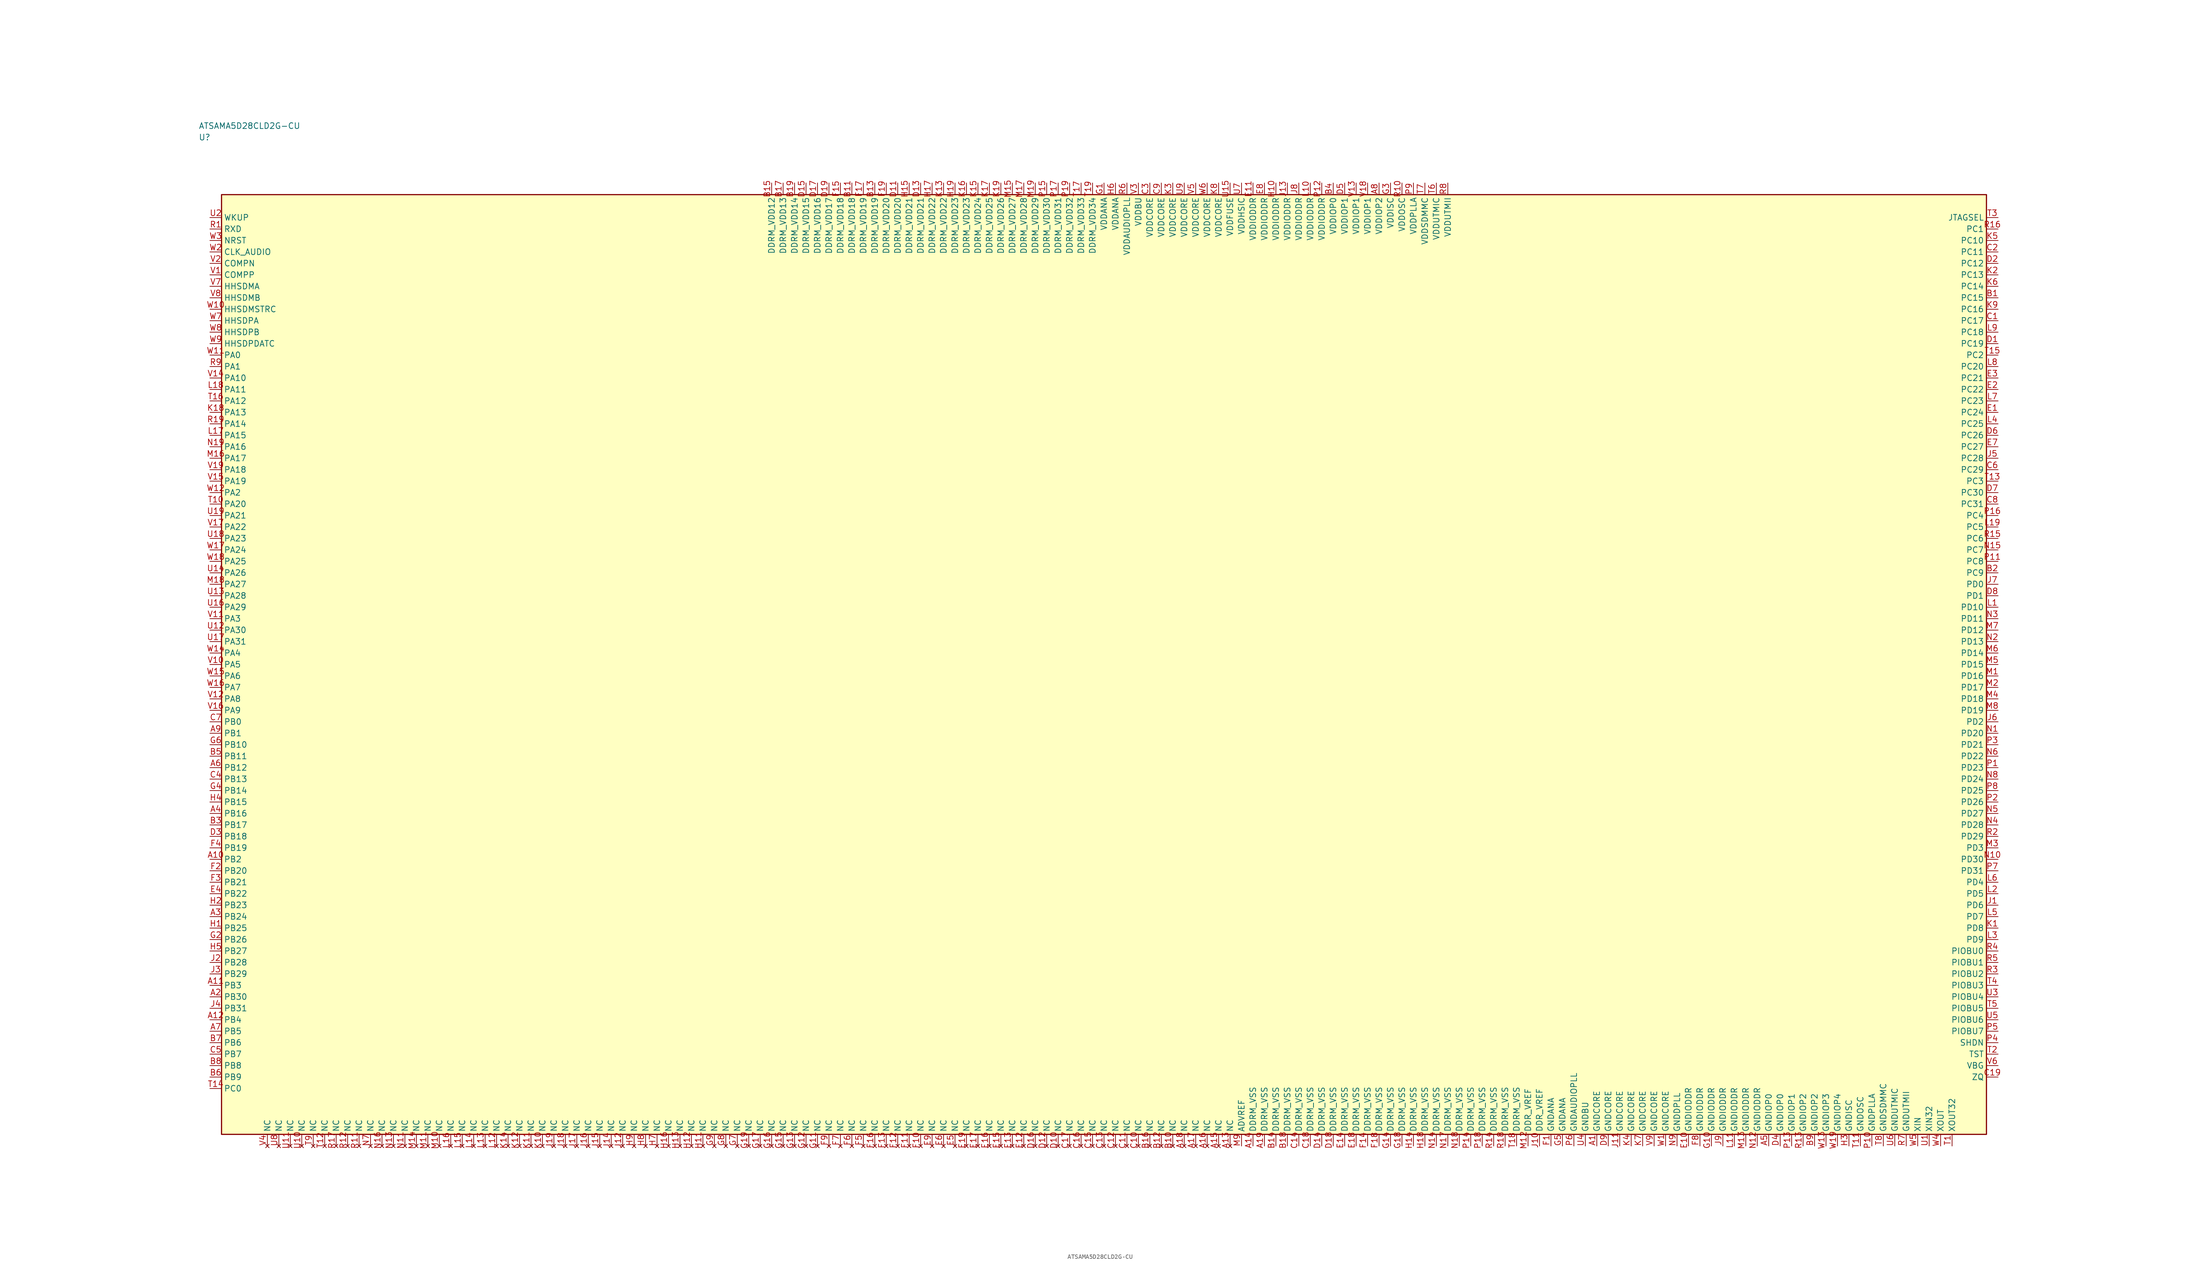
<source format=kicad_sym>
(kicad_symbol_lib
  (version 20241025)
  (generator "kicad_symbol_editor")
  (generator_version "8.0")
  (symbol "ATSAMA5D28CLD2G-CU"
    (property "Reference" "U"
      (at -197.5 115.0 0)
      (effects (font (size 1.27 1.27)) (justify left)))
    (property "Value" "ATSAMA5D28CLD2G-CU"
      (at -197.5 117.5 0)
      (effects (font (size 1.27 1.27)) (justify left)))
    (symbol "ATSAMA5D28CLD2G-CU_0_1"
      (rectangle (start -192.5 102.5) (end 192.5 -102.5) (stroke (width 0.254) (type default)) (fill (type background))))
    (symbol "ATSAMA5D28CLD2G-CU_1_1"
      (pin bidirectional line (at -195.04 67.5 0.0) (length 2.54) (name "PA0" (effects (font (size 1.27 1.27)))) (number "W11" (effects (font (size 1.27 1.27)))))
      (pin bidirectional line (at -195.04 65.0 0.0) (length 2.54) (name "PA1" (effects (font (size 1.27 1.27)))) (number "R9" (effects (font (size 1.27 1.27)))))
      (pin bidirectional line (at -195.04 37.5 0.0) (length 2.54) (name "PA2" (effects (font (size 1.27 1.27)))) (number "W12" (effects (font (size 1.27 1.27)))))
      (pin bidirectional line (at -195.04 10.0 0.0) (length 2.54) (name "PA3" (effects (font (size 1.27 1.27)))) (number "V11" (effects (font (size 1.27 1.27)))))
      (pin bidirectional line (at -195.04 2.5 0.0) (length 2.54) (name "PA4" (effects (font (size 1.27 1.27)))) (number "W14" (effects (font (size 1.27 1.27)))))
      (pin bidirectional line (at -195.04 0.0 0.0) (length 2.54) (name "PA5" (effects (font (size 1.27 1.27)))) (number "V10" (effects (font (size 1.27 1.27)))))
      (pin bidirectional line (at -195.04 -2.5 0.0) (length 2.54) (name "PA6" (effects (font (size 1.27 1.27)))) (number "W15" (effects (font (size 1.27 1.27)))))
      (pin bidirectional line (at -195.04 -5.0 0.0) (length 2.54) (name "PA7" (effects (font (size 1.27 1.27)))) (number "W16" (effects (font (size 1.27 1.27)))))
      (pin bidirectional line (at -195.04 -7.5 0.0) (length 2.54) (name "PA8" (effects (font (size 1.27 1.27)))) (number "V12" (effects (font (size 1.27 1.27)))))
      (pin bidirectional line (at -195.04 -10.0 0.0) (length 2.54) (name "PA9" (effects (font (size 1.27 1.27)))) (number "V16" (effects (font (size 1.27 1.27)))))
      (pin bidirectional line (at -195.04 62.5 0.0) (length 2.54) (name "PA10" (effects (font (size 1.27 1.27)))) (number "V14" (effects (font (size 1.27 1.27)))))
      (pin bidirectional line (at -195.04 60.0 0.0) (length 2.54) (name "PA11" (effects (font (size 1.27 1.27)))) (number "L18" (effects (font (size 1.27 1.27)))))
      (pin bidirectional line (at -195.04 57.5 0.0) (length 2.54) (name "PA12" (effects (font (size 1.27 1.27)))) (number "T16" (effects (font (size 1.27 1.27)))))
      (pin bidirectional line (at -195.04 55.0 0.0) (length 2.54) (name "PA13" (effects (font (size 1.27 1.27)))) (number "K18" (effects (font (size 1.27 1.27)))))
      (pin bidirectional line (at -195.04 52.5 0.0) (length 2.54) (name "PA14" (effects (font (size 1.27 1.27)))) (number "R19" (effects (font (size 1.27 1.27)))))
      (pin bidirectional line (at -195.04 50.0 0.0) (length 2.54) (name "PA15" (effects (font (size 1.27 1.27)))) (number "L17" (effects (font (size 1.27 1.27)))))
      (pin bidirectional line (at -195.04 47.5 0.0) (length 2.54) (name "PA16" (effects (font (size 1.27 1.27)))) (number "N19" (effects (font (size 1.27 1.27)))))
      (pin bidirectional line (at -195.04 45.0 0.0) (length 2.54) (name "PA17" (effects (font (size 1.27 1.27)))) (number "M16" (effects (font (size 1.27 1.27)))))
      (pin bidirectional line (at -195.04 42.5 0.0) (length 2.54) (name "PA18" (effects (font (size 1.27 1.27)))) (number "V19" (effects (font (size 1.27 1.27)))))
      (pin bidirectional line (at -195.04 40.0 0.0) (length 2.54) (name "PA19" (effects (font (size 1.27 1.27)))) (number "V15" (effects (font (size 1.27 1.27)))))
      (pin bidirectional line (at -195.04 35.0 0.0) (length 2.54) (name "PA20" (effects (font (size 1.27 1.27)))) (number "T10" (effects (font (size 1.27 1.27)))))
      (pin bidirectional line (at -195.04 32.5 0.0) (length 2.54) (name "PA21" (effects (font (size 1.27 1.27)))) (number "U19" (effects (font (size 1.27 1.27)))))
      (pin bidirectional line (at -195.04 30.0 0.0) (length 2.54) (name "PA22" (effects (font (size 1.27 1.27)))) (number "V17" (effects (font (size 1.27 1.27)))))
      (pin bidirectional line (at -195.04 27.5 0.0) (length 2.54) (name "PA23" (effects (font (size 1.27 1.27)))) (number "U18" (effects (font (size 1.27 1.27)))))
      (pin bidirectional line (at -195.04 25.0 0.0) (length 2.54) (name "PA24" (effects (font (size 1.27 1.27)))) (number "W17" (effects (font (size 1.27 1.27)))))
      (pin bidirectional line (at -195.04 22.5 0.0) (length 2.54) (name "PA25" (effects (font (size 1.27 1.27)))) (number "W18" (effects (font (size 1.27 1.27)))))
      (pin bidirectional line (at -195.04 20.0 0.0) (length 2.54) (name "PA26" (effects (font (size 1.27 1.27)))) (number "U14" (effects (font (size 1.27 1.27)))))
      (pin bidirectional line (at -195.04 17.5 0.0) (length 2.54) (name "PA27" (effects (font (size 1.27 1.27)))) (number "M18" (effects (font (size 1.27 1.27)))))
      (pin bidirectional line (at -195.04 15.0 0.0) (length 2.54) (name "PA28" (effects (font (size 1.27 1.27)))) (number "U13" (effects (font (size 1.27 1.27)))))
      (pin bidirectional line (at -195.04 12.5 0.0) (length 2.54) (name "PA29" (effects (font (size 1.27 1.27)))) (number "U16" (effects (font (size 1.27 1.27)))))
      (pin bidirectional line (at -195.04 7.5 0.0) (length 2.54) (name "PA30" (effects (font (size 1.27 1.27)))) (number "U12" (effects (font (size 1.27 1.27)))))
      (pin bidirectional line (at -195.04 5.0 0.0) (length 2.54) (name "PA31" (effects (font (size 1.27 1.27)))) (number "U17" (effects (font (size 1.27 1.27)))))
      (pin bidirectional line (at -195.04 -12.5 0.0) (length 2.54) (name "PB0" (effects (font (size 1.27 1.27)))) (number "C7" (effects (font (size 1.27 1.27)))))
      (pin bidirectional line (at -195.04 -15.0 0.0) (length 2.54) (name "PB1" (effects (font (size 1.27 1.27)))) (number "A9" (effects (font (size 1.27 1.27)))))
      (pin bidirectional line (at -195.04 -42.5 0.0) (length 2.54) (name "PB2" (effects (font (size 1.27 1.27)))) (number "A10" (effects (font (size 1.27 1.27)))))
      (pin bidirectional line (at -195.04 -70.0 0.0) (length 2.54) (name "PB3" (effects (font (size 1.27 1.27)))) (number "A11" (effects (font (size 1.27 1.27)))))
      (pin bidirectional line (at -195.04 -77.5 0.0) (length 2.54) (name "PB4" (effects (font (size 1.27 1.27)))) (number "A12" (effects (font (size 1.27 1.27)))))
      (pin bidirectional line (at -195.04 -80.0 0.0) (length 2.54) (name "PB5" (effects (font (size 1.27 1.27)))) (number "A7" (effects (font (size 1.27 1.27)))))
      (pin bidirectional line (at -195.04 -82.5 0.0) (length 2.54) (name "PB6" (effects (font (size 1.27 1.27)))) (number "B7" (effects (font (size 1.27 1.27)))))
      (pin bidirectional line (at -195.04 -85.0 0.0) (length 2.54) (name "PB7" (effects (font (size 1.27 1.27)))) (number "C5" (effects (font (size 1.27 1.27)))))
      (pin bidirectional line (at -195.04 -87.5 0.0) (length 2.54) (name "PB8" (effects (font (size 1.27 1.27)))) (number "B8" (effects (font (size 1.27 1.27)))))
      (pin bidirectional line (at -195.04 -90.0 0.0) (length 2.54) (name "PB9" (effects (font (size 1.27 1.27)))) (number "B6" (effects (font (size 1.27 1.27)))))
      (pin bidirectional line (at -195.04 -17.5 0.0) (length 2.54) (name "PB10" (effects (font (size 1.27 1.27)))) (number "G6" (effects (font (size 1.27 1.27)))))
      (pin bidirectional line (at -195.04 -20.0 0.0) (length 2.54) (name "PB11" (effects (font (size 1.27 1.27)))) (number "B5" (effects (font (size 1.27 1.27)))))
      (pin bidirectional line (at -195.04 -22.5 0.0) (length 2.54) (name "PB12" (effects (font (size 1.27 1.27)))) (number "A6" (effects (font (size 1.27 1.27)))))
      (pin bidirectional line (at -195.04 -25.0 0.0) (length 2.54) (name "PB13" (effects (font (size 1.27 1.27)))) (number "C4" (effects (font (size 1.27 1.27)))))
      (pin bidirectional line (at -195.04 -27.5 0.0) (length 2.54) (name "PB14" (effects (font (size 1.27 1.27)))) (number "G4" (effects (font (size 1.27 1.27)))))
      (pin bidirectional line (at -195.04 -30.0 0.0) (length 2.54) (name "PB15" (effects (font (size 1.27 1.27)))) (number "H4" (effects (font (size 1.27 1.27)))))
      (pin bidirectional line (at -195.04 -32.5 0.0) (length 2.54) (name "PB16" (effects (font (size 1.27 1.27)))) (number "A4" (effects (font (size 1.27 1.27)))))
      (pin bidirectional line (at -195.04 -35.0 0.0) (length 2.54) (name "PB17" (effects (font (size 1.27 1.27)))) (number "B3" (effects (font (size 1.27 1.27)))))
      (pin bidirectional line (at -195.04 -37.5 0.0) (length 2.54) (name "PB18" (effects (font (size 1.27 1.27)))) (number "D3" (effects (font (size 1.27 1.27)))))
      (pin bidirectional line (at -195.04 -40.0 0.0) (length 2.54) (name "PB19" (effects (font (size 1.27 1.27)))) (number "F4" (effects (font (size 1.27 1.27)))))
      (pin bidirectional line (at -195.04 -45.0 0.0) (length 2.54) (name "PB20" (effects (font (size 1.27 1.27)))) (number "F2" (effects (font (size 1.27 1.27)))))
      (pin bidirectional line (at -195.04 -47.5 0.0) (length 2.54) (name "PB21" (effects (font (size 1.27 1.27)))) (number "F3" (effects (font (size 1.27 1.27)))))
      (pin bidirectional line (at -195.04 -50.0 0.0) (length 2.54) (name "PB22" (effects (font (size 1.27 1.27)))) (number "E4" (effects (font (size 1.27 1.27)))))
      (pin bidirectional line (at -195.04 -52.5 0.0) (length 2.54) (name "PB23" (effects (font (size 1.27 1.27)))) (number "H2" (effects (font (size 1.27 1.27)))))
      (pin bidirectional line (at -195.04 -55.0 0.0) (length 2.54) (name "PB24" (effects (font (size 1.27 1.27)))) (number "A3" (effects (font (size 1.27 1.27)))))
      (pin bidirectional line (at -195.04 -57.5 0.0) (length 2.54) (name "PB25" (effects (font (size 1.27 1.27)))) (number "H1" (effects (font (size 1.27 1.27)))))
      (pin bidirectional line (at -195.04 -60.0 0.0) (length 2.54) (name "PB26" (effects (font (size 1.27 1.27)))) (number "G2" (effects (font (size 1.27 1.27)))))
      (pin bidirectional line (at -195.04 -62.5 0.0) (length 2.54) (name "PB27" (effects (font (size 1.27 1.27)))) (number "H5" (effects (font (size 1.27 1.27)))))
      (pin bidirectional line (at -195.04 -65.0 0.0) (length 2.54) (name "PB28" (effects (font (size 1.27 1.27)))) (number "J2" (effects (font (size 1.27 1.27)))))
      (pin bidirectional line (at -195.04 -67.5 0.0) (length 2.54) (name "PB29" (effects (font (size 1.27 1.27)))) (number "J3" (effects (font (size 1.27 1.27)))))
      (pin bidirectional line (at -195.04 -72.5 0.0) (length 2.54) (name "PB30" (effects (font (size 1.27 1.27)))) (number "A2" (effects (font (size 1.27 1.27)))))
      (pin bidirectional line (at -195.04 -75.0 0.0) (length 2.54) (name "PB31" (effects (font (size 1.27 1.27)))) (number "J4" (effects (font (size 1.27 1.27)))))
      (pin bidirectional line (at -195.04 -92.5 0.0) (length 2.54) (name "PC0" (effects (font (size 1.27 1.27)))) (number "T14" (effects (font (size 1.27 1.27)))))
      (pin bidirectional line (at 195.04 95.0 180.0) (length 2.54) (name "PC1" (effects (font (size 1.27 1.27)))) (number "R16" (effects (font (size 1.27 1.27)))))
      (pin bidirectional line (at 195.04 67.5 180.0) (length 2.54) (name "PC2" (effects (font (size 1.27 1.27)))) (number "T15" (effects (font (size 1.27 1.27)))))
      (pin bidirectional line (at 195.04 40.0 180.0) (length 2.54) (name "PC3" (effects (font (size 1.27 1.27)))) (number "T13" (effects (font (size 1.27 1.27)))))
      (pin bidirectional line (at 195.04 32.5 180.0) (length 2.54) (name "PC4" (effects (font (size 1.27 1.27)))) (number "P16" (effects (font (size 1.27 1.27)))))
      (pin bidirectional line (at 195.04 30.0 180.0) (length 2.54) (name "PC5" (effects (font (size 1.27 1.27)))) (number "L19" (effects (font (size 1.27 1.27)))))
      (pin bidirectional line (at 195.04 27.5 180.0) (length 2.54) (name "PC6" (effects (font (size 1.27 1.27)))) (number "R15" (effects (font (size 1.27 1.27)))))
      (pin bidirectional line (at 195.04 25.0 180.0) (length 2.54) (name "PC7" (effects (font (size 1.27 1.27)))) (number "N15" (effects (font (size 1.27 1.27)))))
      (pin bidirectional line (at 195.04 22.5 180.0) (length 2.54) (name "PC8" (effects (font (size 1.27 1.27)))) (number "P11" (effects (font (size 1.27 1.27)))))
      (pin bidirectional line (at 195.04 20.0 180.0) (length 2.54) (name "PC9" (effects (font (size 1.27 1.27)))) (number "B2" (effects (font (size 1.27 1.27)))))
      (pin bidirectional line (at 195.04 92.5 180.0) (length 2.54) (name "PC10" (effects (font (size 1.27 1.27)))) (number "K5" (effects (font (size 1.27 1.27)))))
      (pin bidirectional line (at 195.04 90.0 180.0) (length 2.54) (name "PC11" (effects (font (size 1.27 1.27)))) (number "C2" (effects (font (size 1.27 1.27)))))
      (pin bidirectional line (at 195.04 87.5 180.0) (length 2.54) (name "PC12" (effects (font (size 1.27 1.27)))) (number "D2" (effects (font (size 1.27 1.27)))))
      (pin bidirectional line (at 195.04 85.0 180.0) (length 2.54) (name "PC13" (effects (font (size 1.27 1.27)))) (number "K2" (effects (font (size 1.27 1.27)))))
      (pin bidirectional line (at 195.04 82.5 180.0) (length 2.54) (name "PC14" (effects (font (size 1.27 1.27)))) (number "K6" (effects (font (size 1.27 1.27)))))
      (pin bidirectional line (at 195.04 80.0 180.0) (length 2.54) (name "PC15" (effects (font (size 1.27 1.27)))) (number "B1" (effects (font (size 1.27 1.27)))))
      (pin bidirectional line (at 195.04 77.5 180.0) (length 2.54) (name "PC16" (effects (font (size 1.27 1.27)))) (number "K9" (effects (font (size 1.27 1.27)))))
      (pin bidirectional line (at 195.04 75.0 180.0) (length 2.54) (name "PC17" (effects (font (size 1.27 1.27)))) (number "C1" (effects (font (size 1.27 1.27)))))
      (pin bidirectional line (at 195.04 72.5 180.0) (length 2.54) (name "PC18" (effects (font (size 1.27 1.27)))) (number "L9" (effects (font (size 1.27 1.27)))))
      (pin bidirectional line (at 195.04 70.0 180.0) (length 2.54) (name "PC19" (effects (font (size 1.27 1.27)))) (number "D1" (effects (font (size 1.27 1.27)))))
      (pin bidirectional line (at 195.04 65.0 180.0) (length 2.54) (name "PC20" (effects (font (size 1.27 1.27)))) (number "L8" (effects (font (size 1.27 1.27)))))
      (pin bidirectional line (at 195.04 62.5 180.0) (length 2.54) (name "PC21" (effects (font (size 1.27 1.27)))) (number "E3" (effects (font (size 1.27 1.27)))))
      (pin bidirectional line (at 195.04 60.0 180.0) (length 2.54) (name "PC22" (effects (font (size 1.27 1.27)))) (number "E2" (effects (font (size 1.27 1.27)))))
      (pin bidirectional line (at 195.04 57.5 180.0) (length 2.54) (name "PC23" (effects (font (size 1.27 1.27)))) (number "L7" (effects (font (size 1.27 1.27)))))
      (pin bidirectional line (at 195.04 55.0 180.0) (length 2.54) (name "PC24" (effects (font (size 1.27 1.27)))) (number "E1" (effects (font (size 1.27 1.27)))))
      (pin bidirectional line (at 195.04 52.5 180.0) (length 2.54) (name "PC25" (effects (font (size 1.27 1.27)))) (number "L4" (effects (font (size 1.27 1.27)))))
      (pin bidirectional line (at 195.04 50.0 180.0) (length 2.54) (name "PC26" (effects (font (size 1.27 1.27)))) (number "D6" (effects (font (size 1.27 1.27)))))
      (pin bidirectional line (at 195.04 47.5 180.0) (length 2.54) (name "PC27" (effects (font (size 1.27 1.27)))) (number "E7" (effects (font (size 1.27 1.27)))))
      (pin bidirectional line (at 195.04 45.0 180.0) (length 2.54) (name "PC28" (effects (font (size 1.27 1.27)))) (number "J5" (effects (font (size 1.27 1.27)))))
      (pin bidirectional line (at 195.04 42.5 180.0) (length 2.54) (name "PC29" (effects (font (size 1.27 1.27)))) (number "C6" (effects (font (size 1.27 1.27)))))
      (pin bidirectional line (at 195.04 37.5 180.0) (length 2.54) (name "PC30" (effects (font (size 1.27 1.27)))) (number "D7" (effects (font (size 1.27 1.27)))))
      (pin bidirectional line (at 195.04 35.0 180.0) (length 2.54) (name "PC31" (effects (font (size 1.27 1.27)))) (number "C8" (effects (font (size 1.27 1.27)))))
      (pin bidirectional line (at 195.04 17.5 180.0) (length 2.54) (name "PD0" (effects (font (size 1.27 1.27)))) (number "J7" (effects (font (size 1.27 1.27)))))
      (pin bidirectional line (at 195.04 15.0 180.0) (length 2.54) (name "PD1" (effects (font (size 1.27 1.27)))) (number "D8" (effects (font (size 1.27 1.27)))))
      (pin bidirectional line (at 195.04 -12.5 180.0) (length 2.54) (name "PD2" (effects (font (size 1.27 1.27)))) (number "J6" (effects (font (size 1.27 1.27)))))
      (pin bidirectional line (at 195.04 -40.0 180.0) (length 2.54) (name "PD3" (effects (font (size 1.27 1.27)))) (number "M3" (effects (font (size 1.27 1.27)))))
      (pin bidirectional line (at 195.04 -47.5 180.0) (length 2.54) (name "PD4" (effects (font (size 1.27 1.27)))) (number "L6" (effects (font (size 1.27 1.27)))))
      (pin bidirectional line (at 195.04 -50.0 180.0) (length 2.54) (name "PD5" (effects (font (size 1.27 1.27)))) (number "L2" (effects (font (size 1.27 1.27)))))
      (pin bidirectional line (at 195.04 -52.5 180.0) (length 2.54) (name "PD6" (effects (font (size 1.27 1.27)))) (number "J1" (effects (font (size 1.27 1.27)))))
      (pin bidirectional line (at 195.04 -55.0 180.0) (length 2.54) (name "PD7" (effects (font (size 1.27 1.27)))) (number "L5" (effects (font (size 1.27 1.27)))))
      (pin bidirectional line (at 195.04 -57.5 180.0) (length 2.54) (name "PD8" (effects (font (size 1.27 1.27)))) (number "K1" (effects (font (size 1.27 1.27)))))
      (pin bidirectional line (at 195.04 -60.0 180.0) (length 2.54) (name "PD9" (effects (font (size 1.27 1.27)))) (number "L3" (effects (font (size 1.27 1.27)))))
      (pin bidirectional line (at 195.04 12.5 180.0) (length 2.54) (name "PD10" (effects (font (size 1.27 1.27)))) (number "L1" (effects (font (size 1.27 1.27)))))
      (pin bidirectional line (at 195.04 10.0 180.0) (length 2.54) (name "PD11" (effects (font (size 1.27 1.27)))) (number "N3" (effects (font (size 1.27 1.27)))))
      (pin bidirectional line (at 195.04 7.5 180.0) (length 2.54) (name "PD12" (effects (font (size 1.27 1.27)))) (number "M7" (effects (font (size 1.27 1.27)))))
      (pin bidirectional line (at 195.04 5.0 180.0) (length 2.54) (name "PD13" (effects (font (size 1.27 1.27)))) (number "N2" (effects (font (size 1.27 1.27)))))
      (pin bidirectional line (at 195.04 2.5 180.0) (length 2.54) (name "PD14" (effects (font (size 1.27 1.27)))) (number "M6" (effects (font (size 1.27 1.27)))))
      (pin bidirectional line (at 195.04 0.0 180.0) (length 2.54) (name "PD15" (effects (font (size 1.27 1.27)))) (number "M5" (effects (font (size 1.27 1.27)))))
      (pin bidirectional line (at 195.04 -2.5 180.0) (length 2.54) (name "PD16" (effects (font (size 1.27 1.27)))) (number "M1" (effects (font (size 1.27 1.27)))))
      (pin bidirectional line (at 195.04 -5.0 180.0) (length 2.54) (name "PD17" (effects (font (size 1.27 1.27)))) (number "M2" (effects (font (size 1.27 1.27)))))
      (pin bidirectional line (at 195.04 -7.5 180.0) (length 2.54) (name "PD18" (effects (font (size 1.27 1.27)))) (number "M4" (effects (font (size 1.27 1.27)))))
      (pin bidirectional line (at 195.04 -10.0 180.0) (length 2.54) (name "PD19" (effects (font (size 1.27 1.27)))) (number "M8" (effects (font (size 1.27 1.27)))))
      (pin bidirectional line (at 195.04 -15.0 180.0) (length 2.54) (name "PD20" (effects (font (size 1.27 1.27)))) (number "N1" (effects (font (size 1.27 1.27)))))
      (pin bidirectional line (at 195.04 -17.5 180.0) (length 2.54) (name "PD21" (effects (font (size 1.27 1.27)))) (number "P3" (effects (font (size 1.27 1.27)))))
      (pin bidirectional line (at 195.04 -20.0 180.0) (length 2.54) (name "PD22" (effects (font (size 1.27 1.27)))) (number "N6" (effects (font (size 1.27 1.27)))))
      (pin bidirectional line (at 195.04 -22.5 180.0) (length 2.54) (name "PD23" (effects (font (size 1.27 1.27)))) (number "P1" (effects (font (size 1.27 1.27)))))
      (pin bidirectional line (at 195.04 -25.0 180.0) (length 2.54) (name "PD24" (effects (font (size 1.27 1.27)))) (number "N8" (effects (font (size 1.27 1.27)))))
      (pin bidirectional line (at 195.04 -27.5 180.0) (length 2.54) (name "PD25" (effects (font (size 1.27 1.27)))) (number "P8" (effects (font (size 1.27 1.27)))))
      (pin bidirectional line (at 195.04 -30.0 180.0) (length 2.54) (name "PD26" (effects (font (size 1.27 1.27)))) (number "P2" (effects (font (size 1.27 1.27)))))
      (pin bidirectional line (at 195.04 -32.5 180.0) (length 2.54) (name "PD27" (effects (font (size 1.27 1.27)))) (number "N5" (effects (font (size 1.27 1.27)))))
      (pin bidirectional line (at 195.04 -35.0 180.0) (length 2.54) (name "PD28" (effects (font (size 1.27 1.27)))) (number "N4" (effects (font (size 1.27 1.27)))))
      (pin bidirectional line (at 195.04 -37.5 180.0) (length 2.54) (name "PD29" (effects (font (size 1.27 1.27)))) (number "R2" (effects (font (size 1.27 1.27)))))
      (pin bidirectional line (at 195.04 -42.5 180.0) (length 2.54) (name "PD30" (effects (font (size 1.27 1.27)))) (number "N10" (effects (font (size 1.27 1.27)))))
      (pin bidirectional line (at 195.04 -45.0 180.0) (length 2.54) (name "PD31" (effects (font (size 1.27 1.27)))) (number "P7" (effects (font (size 1.27 1.27)))))
      (pin passive line (at 30.0 -105.04 90.0) (length 2.54) (name "ADVREF" (effects (font (size 1.27 1.27)))) (number "M9" (effects (font (size 1.27 1.27)))))
      (pin power_in line (at 0.0 105.04 270.0) (length 2.54) (name "VDDANA" (effects (font (size 1.27 1.27)))) (number "G1" (effects (font (size 1.27 1.27)))))
      (pin power_in line (at 2.5 105.04 270.0) (length 2.54) (name "VDDANA" (effects (font (size 1.27 1.27)))) (number "H6" (effects (font (size 1.27 1.27)))))
      (pin passive line (at 97.5 -105.04 90.0) (length 2.54) (name "GNDANA" (effects (font (size 1.27 1.27)))) (number "F1" (effects (font (size 1.27 1.27)))))
      (pin passive line (at 100.0 -105.04 90.0) (length 2.54) (name "GNDANA" (effects (font (size 1.27 1.27)))) (number "G5" (effects (font (size 1.27 1.27)))))
      (pin passive line (at 92.5 -105.04 90.0) (length 2.54) (name "DDR_VREF" (effects (font (size 1.27 1.27)))) (number "M12" (effects (font (size 1.27 1.27)))))
      (pin passive line (at 95.0 -105.04 90.0) (length 2.54) (name "DDR_VREF" (effects (font (size 1.27 1.27)))) (number "J10" (effects (font (size 1.27 1.27)))))
      (pin bidirectional line (at 195.04 -90.0 180.0) (length 2.54) (name "ZQ" (effects (font (size 1.27 1.27)))) (number "C19" (effects (font (size 1.27 1.27)))))
      (pin power_in line (at 32.5 105.04 270.0) (length 2.54) (name "VDDIODDR" (effects (font (size 1.27 1.27)))) (number "E11" (effects (font (size 1.27 1.27)))))
      (pin power_in line (at 35.0 105.04 270.0) (length 2.54) (name "VDDIODDR" (effects (font (size 1.27 1.27)))) (number "E8" (effects (font (size 1.27 1.27)))))
      (pin power_in line (at 37.5 105.04 270.0) (length 2.54) (name "VDDIODDR" (effects (font (size 1.27 1.27)))) (number "H10" (effects (font (size 1.27 1.27)))))
      (pin power_in line (at 40.0 105.04 270.0) (length 2.54) (name "VDDIODDR" (effects (font (size 1.27 1.27)))) (number "J13" (effects (font (size 1.27 1.27)))))
      (pin power_in line (at 42.5 105.04 270.0) (length 2.54) (name "VDDIODDR" (effects (font (size 1.27 1.27)))) (number "J8" (effects (font (size 1.27 1.27)))))
      (pin power_in line (at 45.0 105.04 270.0) (length 2.54) (name "VDDIODDR" (effects (font (size 1.27 1.27)))) (number "L10" (effects (font (size 1.27 1.27)))))
      (pin power_in line (at 47.5 105.04 270.0) (length 2.54) (name "VDDIODDR" (effects (font (size 1.27 1.27)))) (number "P12" (effects (font (size 1.27 1.27)))))
      (pin passive line (at 127.5 -105.04 90.0) (length 2.54) (name "GNDIODDR" (effects (font (size 1.27 1.27)))) (number "E10" (effects (font (size 1.27 1.27)))))
      (pin passive line (at 130.0 -105.04 90.0) (length 2.54) (name "GNDIODDR" (effects (font (size 1.27 1.27)))) (number "F8" (effects (font (size 1.27 1.27)))))
      (pin passive line (at 132.5 -105.04 90.0) (length 2.54) (name "GNDIODDR" (effects (font (size 1.27 1.27)))) (number "G10" (effects (font (size 1.27 1.27)))))
      (pin passive line (at 135.0 -105.04 90.0) (length 2.54) (name "GNDIODDR" (effects (font (size 1.27 1.27)))) (number "J9" (effects (font (size 1.27 1.27)))))
      (pin passive line (at 137.5 -105.04 90.0) (length 2.54) (name "GNDIODDR" (effects (font (size 1.27 1.27)))) (number "L11" (effects (font (size 1.27 1.27)))))
      (pin passive line (at 140.0 -105.04 90.0) (length 2.54) (name "GNDIODDR" (effects (font (size 1.27 1.27)))) (number "M13" (effects (font (size 1.27 1.27)))))
      (pin passive line (at 142.5 -105.04 90.0) (length 2.54) (name "GNDIODDR" (effects (font (size 1.27 1.27)))) (number "N12" (effects (font (size 1.27 1.27)))))
      (pin power_in line (at 10.0 105.04 270.0) (length 2.54) (name "VDDCORE" (effects (font (size 1.27 1.27)))) (number "C3" (effects (font (size 1.27 1.27)))))
      (pin power_in line (at 12.5 105.04 270.0) (length 2.54) (name "VDDCORE" (effects (font (size 1.27 1.27)))) (number "C9" (effects (font (size 1.27 1.27)))))
      (pin power_in line (at 15.0 105.04 270.0) (length 2.54) (name "VDDCORE" (effects (font (size 1.27 1.27)))) (number "K3" (effects (font (size 1.27 1.27)))))
      (pin power_in line (at 17.5 105.04 270.0) (length 2.54) (name "VDDCORE" (effects (font (size 1.27 1.27)))) (number "U9" (effects (font (size 1.27 1.27)))))
      (pin power_in line (at 20.0 105.04 270.0) (length 2.54) (name "VDDCORE" (effects (font (size 1.27 1.27)))) (number "V5" (effects (font (size 1.27 1.27)))))
      (pin power_in line (at 22.5 105.04 270.0) (length 2.54) (name "VDDCORE" (effects (font (size 1.27 1.27)))) (number "W6" (effects (font (size 1.27 1.27)))))
      (pin power_in line (at 25.0 105.04 270.0) (length 2.54) (name "VDDCORE" (effects (font (size 1.27 1.27)))) (number "K8" (effects (font (size 1.27 1.27)))))
      (pin passive line (at 107.5 -105.04 90.0) (length 2.54) (name "GNDCORE" (effects (font (size 1.27 1.27)))) (number "A1" (effects (font (size 1.27 1.27)))))
      (pin passive line (at 110.0 -105.04 90.0) (length 2.54) (name "GNDCORE" (effects (font (size 1.27 1.27)))) (number "D9" (effects (font (size 1.27 1.27)))))
      (pin passive line (at 112.5 -105.04 90.0) (length 2.54) (name "GNDCORE" (effects (font (size 1.27 1.27)))) (number "J11" (effects (font (size 1.27 1.27)))))
      (pin passive line (at 115.0 -105.04 90.0) (length 2.54) (name "GNDCORE" (effects (font (size 1.27 1.27)))) (number "K4" (effects (font (size 1.27 1.27)))))
      (pin passive line (at 117.5 -105.04 90.0) (length 2.54) (name "GNDCORE" (effects (font (size 1.27 1.27)))) (number "K7" (effects (font (size 1.27 1.27)))))
      (pin passive line (at 120.0 -105.04 90.0) (length 2.54) (name "GNDCORE" (effects (font (size 1.27 1.27)))) (number "V9" (effects (font (size 1.27 1.27)))))
      (pin passive line (at 122.5 -105.04 90.0) (length 2.54) (name "GNDCORE" (effects (font (size 1.27 1.27)))) (number "W1" (effects (font (size 1.27 1.27)))))
      (pin power_in line (at 50.0 105.04 270.0) (length 2.54) (name "VDDIOP0" (effects (font (size 1.27 1.27)))) (number "B4" (effects (font (size 1.27 1.27)))))
      (pin power_in line (at 52.5 105.04 270.0) (length 2.54) (name "VDDIOP1" (effects (font (size 1.27 1.27)))) (number "D5" (effects (font (size 1.27 1.27)))))
      (pin passive line (at 145.0 -105.04 90.0) (length 2.54) (name "GNDIOP0" (effects (font (size 1.27 1.27)))) (number "A5" (effects (font (size 1.27 1.27)))))
      (pin passive line (at 147.5 -105.04 90.0) (length 2.54) (name "GNDIOP0" (effects (font (size 1.27 1.27)))) (number "D4" (effects (font (size 1.27 1.27)))))
      (pin power_in line (at 55.0 105.04 270.0) (length 2.54) (name "VDDIOP1" (effects (font (size 1.27 1.27)))) (number "V13" (effects (font (size 1.27 1.27)))))
      (pin power_in line (at 57.5 105.04 270.0) (length 2.54) (name "VDDIOP1" (effects (font (size 1.27 1.27)))) (number "V18" (effects (font (size 1.27 1.27)))))
      (pin passive line (at 150.0 -105.04 90.0) (length 2.54) (name "GNDIOP1" (effects (font (size 1.27 1.27)))) (number "P13" (effects (font (size 1.27 1.27)))))
      (pin passive line (at 152.5 -105.04 90.0) (length 2.54) (name "GNDIOP2" (effects (font (size 1.27 1.27)))) (number "R13" (effects (font (size 1.27 1.27)))))
      (pin passive line (at 157.5 -105.04 90.0) (length 2.54) (name "GNDIOP3" (effects (font (size 1.27 1.27)))) (number "W13" (effects (font (size 1.27 1.27)))))
      (pin passive line (at 160.0 -105.04 90.0) (length 2.54) (name "GNDIOP4" (effects (font (size 1.27 1.27)))) (number "W19" (effects (font (size 1.27 1.27)))))
      (pin power_in line (at 60.0 105.04 270.0) (length 2.54) (name "VDDIOP2" (effects (font (size 1.27 1.27)))) (number "A8" (effects (font (size 1.27 1.27)))))
      (pin passive line (at 155.0 -105.04 90.0) (length 2.54) (name "GNDIOP2" (effects (font (size 1.27 1.27)))) (number "B9" (effects (font (size 1.27 1.27)))))
      (pin power_in line (at 70.0 105.04 270.0) (length 2.54) (name "VDDSDMMC" (effects (font (size 1.27 1.27)))) (number "T7" (effects (font (size 1.27 1.27)))))
      (pin passive line (at 170.0 -105.04 90.0) (length 2.54) (name "GNDSDMMC" (effects (font (size 1.27 1.27)))) (number "T8" (effects (font (size 1.27 1.27)))))
      (pin power_in line (at 62.5 105.04 270.0) (length 2.54) (name "VDDISC" (effects (font (size 1.27 1.27)))) (number "G3" (effects (font (size 1.27 1.27)))))
      (pin passive line (at 162.5 -105.04 90.0) (length 2.54) (name "GNDISC" (effects (font (size 1.27 1.27)))) (number "H3" (effects (font (size 1.27 1.27)))))
      (pin power_in line (at 27.5 105.04 270.0) (length 2.54) (name "VDDFUSE" (effects (font (size 1.27 1.27)))) (number "U15" (effects (font (size 1.27 1.27)))))
      (pin power_in line (at 67.5 105.04 270.0) (length 2.54) (name "VDDPLLA" (effects (font (size 1.27 1.27)))) (number "P9" (effects (font (size 1.27 1.27)))))
      (pin passive line (at 167.5 -105.04 90.0) (length 2.54) (name "GNDPLLA" (effects (font (size 1.27 1.27)))) (number "P10" (effects (font (size 1.27 1.27)))))
      (pin power_in line (at 5.0 105.04 270.0) (length 2.54) (name "VDDAUDIOPLL" (effects (font (size 1.27 1.27)))) (number "R6" (effects (font (size 1.27 1.27)))))
      (pin passive line (at 125.0 -105.04 90.0) (length 2.54) (name "GNDDPLL" (effects (font (size 1.27 1.27)))) (number "N9" (effects (font (size 1.27 1.27)))))
      (pin passive line (at 102.5 -105.04 90.0) (length 2.54) (name "GNDAUDIOPLL" (effects (font (size 1.27 1.27)))) (number "P6" (effects (font (size 1.27 1.27)))))
      (pin bidirectional line (at -195.04 90.0 0.0) (length 2.54) (name "CLK_AUDIO" (effects (font (size 1.27 1.27)))) (number "W2" (effects (font (size 1.27 1.27)))))
      (pin passive line (at 177.5 -105.04 90.0) (length 2.54) (name "XIN" (effects (font (size 1.27 1.27)))) (number "W5" (effects (font (size 1.27 1.27)))))
      (pin passive line (at 182.5 -105.04 90.0) (length 2.54) (name "XOUT" (effects (font (size 1.27 1.27)))) (number "W4" (effects (font (size 1.27 1.27)))))
      (pin power_in line (at 65.0 105.04 270.0) (length 2.54) (name "VDDOSC" (effects (font (size 1.27 1.27)))) (number "R10" (effects (font (size 1.27 1.27)))))
      (pin passive line (at 165.0 -105.04 90.0) (length 2.54) (name "GNDOSC" (effects (font (size 1.27 1.27)))) (number "T11" (effects (font (size 1.27 1.27)))))
      (pin power_in line (at 75.0 105.04 270.0) (length 2.54) (name "VDDUTMII" (effects (font (size 1.27 1.27)))) (number "R8" (effects (font (size 1.27 1.27)))))
      (pin power_in line (at 30.0 105.04 270.0) (length 2.54) (name "VDDHSIC" (effects (font (size 1.27 1.27)))) (number "U7" (effects (font (size 1.27 1.27)))))
      (pin passive line (at 175.0 -105.04 90.0) (length 2.54) (name "GNDUTMII" (effects (font (size 1.27 1.27)))) (number "R7" (effects (font (size 1.27 1.27)))))
      (pin bidirectional line (at -195.04 75.0 0.0) (length 2.54) (name "HHSDPA" (effects (font (size 1.27 1.27)))) (number "W7" (effects (font (size 1.27 1.27)))))
      (pin bidirectional line (at -195.04 82.5 0.0) (length 2.54) (name "HHSDMA" (effects (font (size 1.27 1.27)))) (number "V7" (effects (font (size 1.27 1.27)))))
      (pin bidirectional line (at -195.04 72.5 0.0) (length 2.54) (name "HHSDPB" (effects (font (size 1.27 1.27)))) (number "W8" (effects (font (size 1.27 1.27)))))
      (pin bidirectional line (at -195.04 80.0 0.0) (length 2.54) (name "HHSDMB" (effects (font (size 1.27 1.27)))) (number "V8" (effects (font (size 1.27 1.27)))))
      (pin bidirectional line (at -195.04 70.0 0.0) (length 2.54) (name "HHSDPDATC" (effects (font (size 1.27 1.27)))) (number "W9" (effects (font (size 1.27 1.27)))))
      (pin bidirectional line (at -195.04 77.5 0.0) (length 2.54) (name "HHSDMSTRC" (effects (font (size 1.27 1.27)))) (number "W10" (effects (font (size 1.27 1.27)))))
      (pin power_in line (at 72.5 105.04 270.0) (length 2.54) (name "VDDUTMIC" (effects (font (size 1.27 1.27)))) (number "T6" (effects (font (size 1.27 1.27)))))
      (pin passive line (at 172.5 -105.04 90.0) (length 2.54) (name "GNDUTMIC" (effects (font (size 1.27 1.27)))) (number "U6" (effects (font (size 1.27 1.27)))))
      (pin bidirectional line (at 195.04 -87.5 180.0) (length 2.54) (name "VBG" (effects (font (size 1.27 1.27)))) (number "V6" (effects (font (size 1.27 1.27)))))
      (pin bidirectional line (at 195.04 -85.0 180.0) (length 2.54) (name "TST" (effects (font (size 1.27 1.27)))) (number "T2" (effects (font (size 1.27 1.27)))))
      (pin input line (at -195.04 92.5 0.0) (length 2.54) (name "NRST" (effects (font (size 1.27 1.27)))) (number "W3" (effects (font (size 1.27 1.27)))))
      (pin output line (at 195.04 97.5 180.0) (length 2.54) (name "JTAGSEL" (effects (font (size 1.27 1.27)))) (number "T3" (effects (font (size 1.27 1.27)))))
      (pin input line (at -195.04 97.5 0.0) (length 2.54) (name "WKUP" (effects (font (size 1.27 1.27)))) (number "U2" (effects (font (size 1.27 1.27)))))
      (pin input line (at -195.04 95.0 0.0) (length 2.54) (name "RXD" (effects (font (size 1.27 1.27)))) (number "R1" (effects (font (size 1.27 1.27)))))
      (pin bidirectional line (at 195.04 -82.5 180.0) (length 2.54) (name "SHDN" (effects (font (size 1.27 1.27)))) (number "P4" (effects (font (size 1.27 1.27)))))
      (pin bidirectional line (at 195.04 -62.5 180.0) (length 2.54) (name "PIOBU0" (effects (font (size 1.27 1.27)))) (number "R4" (effects (font (size 1.27 1.27)))))
      (pin bidirectional line (at 195.04 -65.0 180.0) (length 2.54) (name "PIOBU1" (effects (font (size 1.27 1.27)))) (number "R5" (effects (font (size 1.27 1.27)))))
      (pin bidirectional line (at 195.04 -67.5 180.0) (length 2.54) (name "PIOBU2" (effects (font (size 1.27 1.27)))) (number "R3" (effects (font (size 1.27 1.27)))))
      (pin bidirectional line (at 195.04 -70.0 180.0) (length 2.54) (name "PIOBU3" (effects (font (size 1.27 1.27)))) (number "T4" (effects (font (size 1.27 1.27)))))
      (pin bidirectional line (at 195.04 -72.5 180.0) (length 2.54) (name "PIOBU4" (effects (font (size 1.27 1.27)))) (number "U3" (effects (font (size 1.27 1.27)))))
      (pin bidirectional line (at 195.04 -75.0 180.0) (length 2.54) (name "PIOBU5" (effects (font (size 1.27 1.27)))) (number "T5" (effects (font (size 1.27 1.27)))))
      (pin bidirectional line (at 195.04 -77.5 180.0) (length 2.54) (name "PIOBU6" (effects (font (size 1.27 1.27)))) (number "U5" (effects (font (size 1.27 1.27)))))
      (pin bidirectional line (at 195.04 -80.0 180.0) (length 2.54) (name "PIOBU7" (effects (font (size 1.27 1.27)))) (number "P5" (effects (font (size 1.27 1.27)))))
      (pin power_in line (at 7.5 105.04 270.0) (length 2.54) (name "VDDBU" (effects (font (size 1.27 1.27)))) (number "V3" (effects (font (size 1.27 1.27)))))
      (pin passive line (at 105.0 -105.04 90.0) (length 2.54) (name "GNDBU" (effects (font (size 1.27 1.27)))) (number "U4" (effects (font (size 1.27 1.27)))))
      (pin passive line (at 180.0 -105.04 90.0) (length 2.54) (name "XIN32" (effects (font (size 1.27 1.27)))) (number "U1" (effects (font (size 1.27 1.27)))))
      (pin passive line (at 185.0 -105.04 90.0) (length 2.54) (name "XOUT32" (effects (font (size 1.27 1.27)))) (number "T1" (effects (font (size 1.27 1.27)))))
      (pin bidirectional line (at -195.04 85.0 0.0) (length 2.54) (name "COMPP" (effects (font (size 1.27 1.27)))) (number "V1" (effects (font (size 1.27 1.27)))))
      (pin bidirectional line (at -195.04 87.5 0.0) (length 2.54) (name "COMPN" (effects (font (size 1.27 1.27)))) (number "V2" (effects (font (size 1.27 1.27)))))
      (pin passive line (at 32.5 -105.04 90.0) (length 2.54) (name "DDRM_VSS" (effects (font (size 1.27 1.27)))) (number "A14" (effects (font (size 1.27 1.27)))))
      (pin passive line (at 35.0 -105.04 90.0) (length 2.54) (name "DDRM_VSS" (effects (font (size 1.27 1.27)))) (number "A19" (effects (font (size 1.27 1.27)))))
      (pin passive line (at 37.5 -105.04 90.0) (length 2.54) (name "DDRM_VSS" (effects (font (size 1.27 1.27)))) (number "B14" (effects (font (size 1.27 1.27)))))
      (pin passive line (at 40.0 -105.04 90.0) (length 2.54) (name "DDRM_VSS" (effects (font (size 1.27 1.27)))) (number "B18" (effects (font (size 1.27 1.27)))))
      (pin passive line (at 42.5 -105.04 90.0) (length 2.54) (name "DDRM_VSS" (effects (font (size 1.27 1.27)))) (number "C14" (effects (font (size 1.27 1.27)))))
      (pin passive line (at 45.0 -105.04 90.0) (length 2.54) (name "DDRM_VSS" (effects (font (size 1.27 1.27)))) (number "C18" (effects (font (size 1.27 1.27)))))
      (pin passive line (at 47.5 -105.04 90.0) (length 2.54) (name "DDRM_VSS" (effects (font (size 1.27 1.27)))) (number "D14" (effects (font (size 1.27 1.27)))))
      (pin passive line (at 50.0 -105.04 90.0) (length 2.54) (name "DDRM_VSS" (effects (font (size 1.27 1.27)))) (number "D18" (effects (font (size 1.27 1.27)))))
      (pin passive line (at 52.5 -105.04 90.0) (length 2.54) (name "DDRM_VSS" (effects (font (size 1.27 1.27)))) (number "E14" (effects (font (size 1.27 1.27)))))
      (pin passive line (at 55.0 -105.04 90.0) (length 2.54) (name "DDRM_VSS" (effects (font (size 1.27 1.27)))) (number "E18" (effects (font (size 1.27 1.27)))))
      (pin passive line (at 57.5 -105.04 90.0) (length 2.54) (name "DDRM_VSS" (effects (font (size 1.27 1.27)))) (number "F14" (effects (font (size 1.27 1.27)))))
      (pin passive line (at 60.0 -105.04 90.0) (length 2.54) (name "DDRM_VSS" (effects (font (size 1.27 1.27)))) (number "F18" (effects (font (size 1.27 1.27)))))
      (pin passive line (at 62.5 -105.04 90.0) (length 2.54) (name "DDRM_VSS" (effects (font (size 1.27 1.27)))) (number "G14" (effects (font (size 1.27 1.27)))))
      (pin passive line (at 65.0 -105.04 90.0) (length 2.54) (name "DDRM_VSS" (effects (font (size 1.27 1.27)))) (number "G18" (effects (font (size 1.27 1.27)))))
      (pin passive line (at 67.5 -105.04 90.0) (length 2.54) (name "DDRM_VSS" (effects (font (size 1.27 1.27)))) (number "H14" (effects (font (size 1.27 1.27)))))
      (pin passive line (at 70.0 -105.04 90.0) (length 2.54) (name "DDRM_VSS" (effects (font (size 1.27 1.27)))) (number "H18" (effects (font (size 1.27 1.27)))))
      (pin passive line (at 72.5 -105.04 90.0) (length 2.54) (name "DDRM_VSS" (effects (font (size 1.27 1.27)))) (number "N14" (effects (font (size 1.27 1.27)))))
      (pin passive line (at 75.0 -105.04 90.0) (length 2.54) (name "DDRM_VSS" (effects (font (size 1.27 1.27)))) (number "N17" (effects (font (size 1.27 1.27)))))
      (pin passive line (at 77.5 -105.04 90.0) (length 2.54) (name "DDRM_VSS" (effects (font (size 1.27 1.27)))) (number "N18" (effects (font (size 1.27 1.27)))))
      (pin passive line (at 80.0 -105.04 90.0) (length 2.54) (name "DDRM_VSS" (effects (font (size 1.27 1.27)))) (number "P14" (effects (font (size 1.27 1.27)))))
      (pin passive line (at 82.5 -105.04 90.0) (length 2.54) (name "DDRM_VSS" (effects (font (size 1.27 1.27)))) (number "P18" (effects (font (size 1.27 1.27)))))
      (pin passive line (at 85.0 -105.04 90.0) (length 2.54) (name "DDRM_VSS" (effects (font (size 1.27 1.27)))) (number "R14" (effects (font (size 1.27 1.27)))))
      (pin passive line (at 87.5 -105.04 90.0) (length 2.54) (name "DDRM_VSS" (effects (font (size 1.27 1.27)))) (number "R18" (effects (font (size 1.27 1.27)))))
      (pin passive line (at 90.0 -105.04 90.0) (length 2.54) (name "DDRM_VSS" (effects (font (size 1.27 1.27)))) (number "T18" (effects (font (size 1.27 1.27)))))
      (pin power_in line (at -72.5 105.04 270.0) (length 2.54) (name "DDRM_VDD12" (effects (font (size 1.27 1.27)))) (number "B15" (effects (font (size 1.27 1.27)))))
      (pin power_in line (at -70.0 105.04 270.0) (length 2.54) (name "DDRM_VDD13" (effects (font (size 1.27 1.27)))) (number "B17" (effects (font (size 1.27 1.27)))))
      (pin power_in line (at -67.5 105.04 270.0) (length 2.54) (name "DDRM_VDD14" (effects (font (size 1.27 1.27)))) (number "B19" (effects (font (size 1.27 1.27)))))
      (pin power_in line (at -65.0 105.04 270.0) (length 2.54) (name "DDRM_VDD15" (effects (font (size 1.27 1.27)))) (number "D15" (effects (font (size 1.27 1.27)))))
      (pin power_in line (at -62.5 105.04 270.0) (length 2.54) (name "DDRM_VDD16" (effects (font (size 1.27 1.27)))) (number "D17" (effects (font (size 1.27 1.27)))))
      (pin power_in line (at -60.0 105.04 270.0) (length 2.54) (name "DDRM_VDD17" (effects (font (size 1.27 1.27)))) (number "D19" (effects (font (size 1.27 1.27)))))
      (pin power_in line (at -57.5 105.04 270.0) (length 2.54) (name "DDRM_VDD18" (effects (font (size 1.27 1.27)))) (number "F15" (effects (font (size 1.27 1.27)))))
      (pin power_in line (at -52.5 105.04 270.0) (length 2.54) (name "DDRM_VDD19" (effects (font (size 1.27 1.27)))) (number "F17" (effects (font (size 1.27 1.27)))))
      (pin power_in line (at -47.5 105.04 270.0) (length 2.54) (name "DDRM_VDD20" (effects (font (size 1.27 1.27)))) (number "F19" (effects (font (size 1.27 1.27)))))
      (pin power_in line (at -42.5 105.04 270.0) (length 2.54) (name "DDRM_VDD21" (effects (font (size 1.27 1.27)))) (number "H15" (effects (font (size 1.27 1.27)))))
      (pin power_in line (at -37.5 105.04 270.0) (length 2.54) (name "DDRM_VDD22" (effects (font (size 1.27 1.27)))) (number "H17" (effects (font (size 1.27 1.27)))))
      (pin power_in line (at -32.5 105.04 270.0) (length 2.54) (name "DDRM_VDD23" (effects (font (size 1.27 1.27)))) (number "H19" (effects (font (size 1.27 1.27)))))
      (pin power_in line (at -27.5 105.04 270.0) (length 2.54) (name "DDRM_VDD24" (effects (font (size 1.27 1.27)))) (number "K15" (effects (font (size 1.27 1.27)))))
      (pin power_in line (at -25.0 105.04 270.0) (length 2.54) (name "DDRM_VDD25" (effects (font (size 1.27 1.27)))) (number "K17" (effects (font (size 1.27 1.27)))))
      (pin power_in line (at -22.5 105.04 270.0) (length 2.54) (name "DDRM_VDD26" (effects (font (size 1.27 1.27)))) (number "K19" (effects (font (size 1.27 1.27)))))
      (pin power_in line (at -20.0 105.04 270.0) (length 2.54) (name "DDRM_VDD27" (effects (font (size 1.27 1.27)))) (number "M15" (effects (font (size 1.27 1.27)))))
      (pin power_in line (at -17.5 105.04 270.0) (length 2.54) (name "DDRM_VDD28" (effects (font (size 1.27 1.27)))) (number "M17" (effects (font (size 1.27 1.27)))))
      (pin power_in line (at -15.0 105.04 270.0) (length 2.54) (name "DDRM_VDD29" (effects (font (size 1.27 1.27)))) (number "M19" (effects (font (size 1.27 1.27)))))
      (pin power_in line (at -12.5 105.04 270.0) (length 2.54) (name "DDRM_VDD30" (effects (font (size 1.27 1.27)))) (number "P15" (effects (font (size 1.27 1.27)))))
      (pin power_in line (at -10.0 105.04 270.0) (length 2.54) (name "DDRM_VDD31" (effects (font (size 1.27 1.27)))) (number "P17" (effects (font (size 1.27 1.27)))))
      (pin power_in line (at -7.5 105.04 270.0) (length 2.54) (name "DDRM_VDD32" (effects (font (size 1.27 1.27)))) (number "P19" (effects (font (size 1.27 1.27)))))
      (pin power_in line (at -5.0 105.04 270.0) (length 2.54) (name "DDRM_VDD33" (effects (font (size 1.27 1.27)))) (number "T17" (effects (font (size 1.27 1.27)))))
      (pin power_in line (at -2.5 105.04 270.0) (length 2.54) (name "DDRM_VDD34" (effects (font (size 1.27 1.27)))) (number "T19" (effects (font (size 1.27 1.27)))))
      (pin power_in line (at -55.0 105.04 270.0) (length 2.54) (name "DDRM_VDD18" (effects (font (size 1.27 1.27)))) (number "B11" (effects (font (size 1.27 1.27)))))
      (pin power_in line (at -50.0 105.04 270.0) (length 2.54) (name "DDRM_VDD19" (effects (font (size 1.27 1.27)))) (number "B13" (effects (font (size 1.27 1.27)))))
      (pin power_in line (at -45.0 105.04 270.0) (length 2.54) (name "DDRM_VDD20" (effects (font (size 1.27 1.27)))) (number "D11" (effects (font (size 1.27 1.27)))))
      (pin power_in line (at -40.0 105.04 270.0) (length 2.54) (name "DDRM_VDD21" (effects (font (size 1.27 1.27)))) (number "D13" (effects (font (size 1.27 1.27)))))
      (pin power_in line (at -35.0 105.04 270.0) (length 2.54) (name "DDRM_VDD22" (effects (font (size 1.27 1.27)))) (number "K13" (effects (font (size 1.27 1.27)))))
      (pin power_in line (at -30.0 105.04 270.0) (length 2.54) (name "DDRM_VDD23" (effects (font (size 1.27 1.27)))) (number "K16" (effects (font (size 1.27 1.27)))))
      (pin no_connect line (at 27.5 -105.04 90.0) (length 2.54) (name "NC" (effects (font (size 1.27 1.27)))) (number "A13" (effects (font (size 1.27 1.27)))))
      (pin no_connect line (at 25.0 -105.04 90.0) (length 2.54) (name "NC" (effects (font (size 1.27 1.27)))) (number "A15" (effects (font (size 1.27 1.27)))))
      (pin no_connect line (at 22.5 -105.04 90.0) (length 2.54) (name "NC" (effects (font (size 1.27 1.27)))) (number "A16" (effects (font (size 1.27 1.27)))))
      (pin no_connect line (at 20.0 -105.04 90.0) (length 2.54) (name "NC" (effects (font (size 1.27 1.27)))) (number "A17" (effects (font (size 1.27 1.27)))))
      (pin no_connect line (at 17.5 -105.04 90.0) (length 2.54) (name "NC" (effects (font (size 1.27 1.27)))) (number "A18" (effects (font (size 1.27 1.27)))))
      (pin no_connect line (at 15.0 -105.04 90.0) (length 2.54) (name "NC" (effects (font (size 1.27 1.27)))) (number "B10" (effects (font (size 1.27 1.27)))))
      (pin no_connect line (at 12.5 -105.04 90.0) (length 2.54) (name "NC" (effects (font (size 1.27 1.27)))) (number "B12" (effects (font (size 1.27 1.27)))))
      (pin no_connect line (at 10.0 -105.04 90.0) (length 2.54) (name "NC" (effects (font (size 1.27 1.27)))) (number "B16" (effects (font (size 1.27 1.27)))))
      (pin no_connect line (at 7.5 -105.04 90.0) (length 2.54) (name "NC" (effects (font (size 1.27 1.27)))) (number "C10" (effects (font (size 1.27 1.27)))))
      (pin no_connect line (at 5.0 -105.04 90.0) (length 2.54) (name "NC" (effects (font (size 1.27 1.27)))) (number "C11" (effects (font (size 1.27 1.27)))))
      (pin no_connect line (at 2.5 -105.04 90.0) (length 2.54) (name "NC" (effects (font (size 1.27 1.27)))) (number "C12" (effects (font (size 1.27 1.27)))))
      (pin no_connect line (at 0.0 -105.04 90.0) (length 2.54) (name "NC" (effects (font (size 1.27 1.27)))) (number "C13" (effects (font (size 1.27 1.27)))))
      (pin no_connect line (at -2.5 -105.04 90.0) (length 2.54) (name "NC" (effects (font (size 1.27 1.27)))) (number "C15" (effects (font (size 1.27 1.27)))))
      (pin no_connect line (at -5.0 -105.04 90.0) (length 2.54) (name "NC" (effects (font (size 1.27 1.27)))) (number "C16" (effects (font (size 1.27 1.27)))))
      (pin no_connect line (at -7.5 -105.04 90.0) (length 2.54) (name "NC" (effects (font (size 1.27 1.27)))) (number "C17" (effects (font (size 1.27 1.27)))))
      (pin no_connect line (at -10.0 -105.04 90.0) (length 2.54) (name "NC" (effects (font (size 1.27 1.27)))) (number "D10" (effects (font (size 1.27 1.27)))))
      (pin no_connect line (at -12.5 -105.04 90.0) (length 2.54) (name "NC" (effects (font (size 1.27 1.27)))) (number "D12" (effects (font (size 1.27 1.27)))))
      (pin no_connect line (at -15.0 -105.04 90.0) (length 2.54) (name "NC" (effects (font (size 1.27 1.27)))) (number "D16" (effects (font (size 1.27 1.27)))))
      (pin no_connect line (at -17.5 -105.04 90.0) (length 2.54) (name "NC" (effects (font (size 1.27 1.27)))) (number "E12" (effects (font (size 1.27 1.27)))))
      (pin no_connect line (at -20.0 -105.04 90.0) (length 2.54) (name "NC" (effects (font (size 1.27 1.27)))) (number "E13" (effects (font (size 1.27 1.27)))))
      (pin no_connect line (at -22.5 -105.04 90.0) (length 2.54) (name "NC" (effects (font (size 1.27 1.27)))) (number "E15" (effects (font (size 1.27 1.27)))))
      (pin no_connect line (at -25.0 -105.04 90.0) (length 2.54) (name "NC" (effects (font (size 1.27 1.27)))) (number "E16" (effects (font (size 1.27 1.27)))))
      (pin no_connect line (at -27.5 -105.04 90.0) (length 2.54) (name "NC" (effects (font (size 1.27 1.27)))) (number "E17" (effects (font (size 1.27 1.27)))))
      (pin no_connect line (at -30.0 -105.04 90.0) (length 2.54) (name "NC" (effects (font (size 1.27 1.27)))) (number "E19" (effects (font (size 1.27 1.27)))))
      (pin no_connect line (at -32.5 -105.04 90.0) (length 2.54) (name "NC" (effects (font (size 1.27 1.27)))) (number "E5" (effects (font (size 1.27 1.27)))))
      (pin no_connect line (at -35.0 -105.04 90.0) (length 2.54) (name "NC" (effects (font (size 1.27 1.27)))) (number "E6" (effects (font (size 1.27 1.27)))))
      (pin no_connect line (at -37.5 -105.04 90.0) (length 2.54) (name "NC" (effects (font (size 1.27 1.27)))) (number "E9" (effects (font (size 1.27 1.27)))))
      (pin no_connect line (at -40.0 -105.04 90.0) (length 2.54) (name "NC" (effects (font (size 1.27 1.27)))) (number "F10" (effects (font (size 1.27 1.27)))))
      (pin no_connect line (at -42.5 -105.04 90.0) (length 2.54) (name "NC" (effects (font (size 1.27 1.27)))) (number "F11" (effects (font (size 1.27 1.27)))))
      (pin no_connect line (at -45.0 -105.04 90.0) (length 2.54) (name "NC" (effects (font (size 1.27 1.27)))) (number "F12" (effects (font (size 1.27 1.27)))))
      (pin no_connect line (at -47.5 -105.04 90.0) (length 2.54) (name "NC" (effects (font (size 1.27 1.27)))) (number "F13" (effects (font (size 1.27 1.27)))))
      (pin no_connect line (at -50.0 -105.04 90.0) (length 2.54) (name "NC" (effects (font (size 1.27 1.27)))) (number "F16" (effects (font (size 1.27 1.27)))))
      (pin no_connect line (at -52.5 -105.04 90.0) (length 2.54) (name "NC" (effects (font (size 1.27 1.27)))) (number "F5" (effects (font (size 1.27 1.27)))))
      (pin no_connect line (at -55.0 -105.04 90.0) (length 2.54) (name "NC" (effects (font (size 1.27 1.27)))) (number "F6" (effects (font (size 1.27 1.27)))))
      (pin no_connect line (at -57.5 -105.04 90.0) (length 2.54) (name "NC" (effects (font (size 1.27 1.27)))) (number "F7" (effects (font (size 1.27 1.27)))))
      (pin no_connect line (at -60.0 -105.04 90.0) (length 2.54) (name "NC" (effects (font (size 1.27 1.27)))) (number "F9" (effects (font (size 1.27 1.27)))))
      (pin no_connect line (at -62.5 -105.04 90.0) (length 2.54) (name "NC" (effects (font (size 1.27 1.27)))) (number "G11" (effects (font (size 1.27 1.27)))))
      (pin no_connect line (at -65.0 -105.04 90.0) (length 2.54) (name "NC" (effects (font (size 1.27 1.27)))) (number "G12" (effects (font (size 1.27 1.27)))))
      (pin no_connect line (at -67.5 -105.04 90.0) (length 2.54) (name "NC" (effects (font (size 1.27 1.27)))) (number "G13" (effects (font (size 1.27 1.27)))))
      (pin no_connect line (at -70.0 -105.04 90.0) (length 2.54) (name "NC" (effects (font (size 1.27 1.27)))) (number "G15" (effects (font (size 1.27 1.27)))))
      (pin no_connect line (at -72.5 -105.04 90.0) (length 2.54) (name "NC" (effects (font (size 1.27 1.27)))) (number "G16" (effects (font (size 1.27 1.27)))))
      (pin no_connect line (at -75.0 -105.04 90.0) (length 2.54) (name "NC" (effects (font (size 1.27 1.27)))) (number "G17" (effects (font (size 1.27 1.27)))))
      (pin no_connect line (at -77.5 -105.04 90.0) (length 2.54) (name "NC" (effects (font (size 1.27 1.27)))) (number "G19" (effects (font (size 1.27 1.27)))))
      (pin no_connect line (at -80.0 -105.04 90.0) (length 2.54) (name "NC" (effects (font (size 1.27 1.27)))) (number "G7" (effects (font (size 1.27 1.27)))))
      (pin no_connect line (at -82.5 -105.04 90.0) (length 2.54) (name "NC" (effects (font (size 1.27 1.27)))) (number "G8" (effects (font (size 1.27 1.27)))))
      (pin no_connect line (at -85.0 -105.04 90.0) (length 2.54) (name "NC" (effects (font (size 1.27 1.27)))) (number "G9" (effects (font (size 1.27 1.27)))))
      (pin no_connect line (at -87.5 -105.04 90.0) (length 2.54) (name "NC" (effects (font (size 1.27 1.27)))) (number "H11" (effects (font (size 1.27 1.27)))))
      (pin no_connect line (at -90.0 -105.04 90.0) (length 2.54) (name "NC" (effects (font (size 1.27 1.27)))) (number "H12" (effects (font (size 1.27 1.27)))))
      (pin no_connect line (at -92.5 -105.04 90.0) (length 2.54) (name "NC" (effects (font (size 1.27 1.27)))) (number "H13" (effects (font (size 1.27 1.27)))))
      (pin no_connect line (at -95.0 -105.04 90.0) (length 2.54) (name "NC" (effects (font (size 1.27 1.27)))) (number "H16" (effects (font (size 1.27 1.27)))))
      (pin no_connect line (at -97.5 -105.04 90.0) (length 2.54) (name "NC" (effects (font (size 1.27 1.27)))) (number "H7" (effects (font (size 1.27 1.27)))))
      (pin no_connect line (at -100.0 -105.04 90.0) (length 2.54) (name "NC" (effects (font (size 1.27 1.27)))) (number "H8" (effects (font (size 1.27 1.27)))))
      (pin no_connect line (at -102.5 -105.04 90.0) (length 2.54) (name "NC" (effects (font (size 1.27 1.27)))) (number "H9" (effects (font (size 1.27 1.27)))))
      (pin no_connect line (at -105.0 -105.04 90.0) (length 2.54) (name "NC" (effects (font (size 1.27 1.27)))) (number "J12" (effects (font (size 1.27 1.27)))))
      (pin no_connect line (at -107.5 -105.04 90.0) (length 2.54) (name "NC" (effects (font (size 1.27 1.27)))) (number "J14" (effects (font (size 1.27 1.27)))))
      (pin no_connect line (at -110.0 -105.04 90.0) (length 2.54) (name "NC" (effects (font (size 1.27 1.27)))) (number "J15" (effects (font (size 1.27 1.27)))))
      (pin no_connect line (at -112.5 -105.04 90.0) (length 2.54) (name "NC" (effects (font (size 1.27 1.27)))) (number "J16" (effects (font (size 1.27 1.27)))))
      (pin no_connect line (at -115.0 -105.04 90.0) (length 2.54) (name "NC" (effects (font (size 1.27 1.27)))) (number "J17" (effects (font (size 1.27 1.27)))))
      (pin no_connect line (at -117.5 -105.04 90.0) (length 2.54) (name "NC" (effects (font (size 1.27 1.27)))) (number "J18" (effects (font (size 1.27 1.27)))))
      (pin no_connect line (at -120.0 -105.04 90.0) (length 2.54) (name "NC" (effects (font (size 1.27 1.27)))) (number "J19" (effects (font (size 1.27 1.27)))))
      (pin no_connect line (at -122.5 -105.04 90.0) (length 2.54) (name "NC" (effects (font (size 1.27 1.27)))) (number "K10" (effects (font (size 1.27 1.27)))))
      (pin no_connect line (at -125.0 -105.04 90.0) (length 2.54) (name "NC" (effects (font (size 1.27 1.27)))) (number "K11" (effects (font (size 1.27 1.27)))))
      (pin no_connect line (at -127.5 -105.04 90.0) (length 2.54) (name "NC" (effects (font (size 1.27 1.27)))) (number "K12" (effects (font (size 1.27 1.27)))))
      (pin no_connect line (at -130.0 -105.04 90.0) (length 2.54) (name "NC" (effects (font (size 1.27 1.27)))) (number "K14" (effects (font (size 1.27 1.27)))))
      (pin no_connect line (at -132.5 -105.04 90.0) (length 2.54) (name "NC" (effects (font (size 1.27 1.27)))) (number "L12" (effects (font (size 1.27 1.27)))))
      (pin no_connect line (at -135.0 -105.04 90.0) (length 2.54) (name "NC" (effects (font (size 1.27 1.27)))) (number "L13" (effects (font (size 1.27 1.27)))))
      (pin no_connect line (at -137.5 -105.04 90.0) (length 2.54) (name "NC" (effects (font (size 1.27 1.27)))) (number "L14" (effects (font (size 1.27 1.27)))))
      (pin no_connect line (at -140.0 -105.04 90.0) (length 2.54) (name "NC" (effects (font (size 1.27 1.27)))) (number "L15" (effects (font (size 1.27 1.27)))))
      (pin no_connect line (at -142.5 -105.04 90.0) (length 2.54) (name "NC" (effects (font (size 1.27 1.27)))) (number "L16" (effects (font (size 1.27 1.27)))))
      (pin no_connect line (at -145.0 -105.04 90.0) (length 2.54) (name "NC" (effects (font (size 1.27 1.27)))) (number "M10" (effects (font (size 1.27 1.27)))))
      (pin no_connect line (at -147.5 -105.04 90.0) (length 2.54) (name "NC" (effects (font (size 1.27 1.27)))) (number "M11" (effects (font (size 1.27 1.27)))))
      (pin no_connect line (at -150.0 -105.04 90.0) (length 2.54) (name "NC" (effects (font (size 1.27 1.27)))) (number "M14" (effects (font (size 1.27 1.27)))))
      (pin no_connect line (at -152.5 -105.04 90.0) (length 2.54) (name "NC" (effects (font (size 1.27 1.27)))) (number "N11" (effects (font (size 1.27 1.27)))))
      (pin no_connect line (at -155.0 -105.04 90.0) (length 2.54) (name "NC" (effects (font (size 1.27 1.27)))) (number "N13" (effects (font (size 1.27 1.27)))))
      (pin no_connect line (at -157.5 -105.04 90.0) (length 2.54) (name "NC" (effects (font (size 1.27 1.27)))) (number "N16" (effects (font (size 1.27 1.27)))))
      (pin no_connect line (at -160.0 -105.04 90.0) (length 2.54) (name "NC" (effects (font (size 1.27 1.27)))) (number "N7" (effects (font (size 1.27 1.27)))))
      (pin no_connect line (at -162.5 -105.04 90.0) (length 2.54) (name "NC" (effects (font (size 1.27 1.27)))) (number "R11" (effects (font (size 1.27 1.27)))))
      (pin no_connect line (at -165.0 -105.04 90.0) (length 2.54) (name "NC" (effects (font (size 1.27 1.27)))) (number "R12" (effects (font (size 1.27 1.27)))))
      (pin no_connect line (at -167.5 -105.04 90.0) (length 2.54) (name "NC" (effects (font (size 1.27 1.27)))) (number "R17" (effects (font (size 1.27 1.27)))))
      (pin no_connect line (at -170.0 -105.04 90.0) (length 2.54) (name "NC" (effects (font (size 1.27 1.27)))) (number "T12" (effects (font (size 1.27 1.27)))))
      (pin no_connect line (at -172.5 -105.04 90.0) (length 2.54) (name "NC" (effects (font (size 1.27 1.27)))) (number "T9" (effects (font (size 1.27 1.27)))))
      (pin no_connect line (at -175.0 -105.04 90.0) (length 2.54) (name "NC" (effects (font (size 1.27 1.27)))) (number "U10" (effects (font (size 1.27 1.27)))))
      (pin no_connect line (at -177.5 -105.04 90.0) (length 2.54) (name "NC" (effects (font (size 1.27 1.27)))) (number "U11" (effects (font (size 1.27 1.27)))))
      (pin no_connect line (at -180.0 -105.04 90.0) (length 2.54) (name "NC" (effects (font (size 1.27 1.27)))) (number "U8" (effects (font (size 1.27 1.27)))))
      (pin no_connect line (at -182.5 -105.04 90.0) (length 2.54) (name "NC" (effects (font (size 1.27 1.27)))) (number "V4" (effects (font (size 1.27 1.27))))))))
</source>
